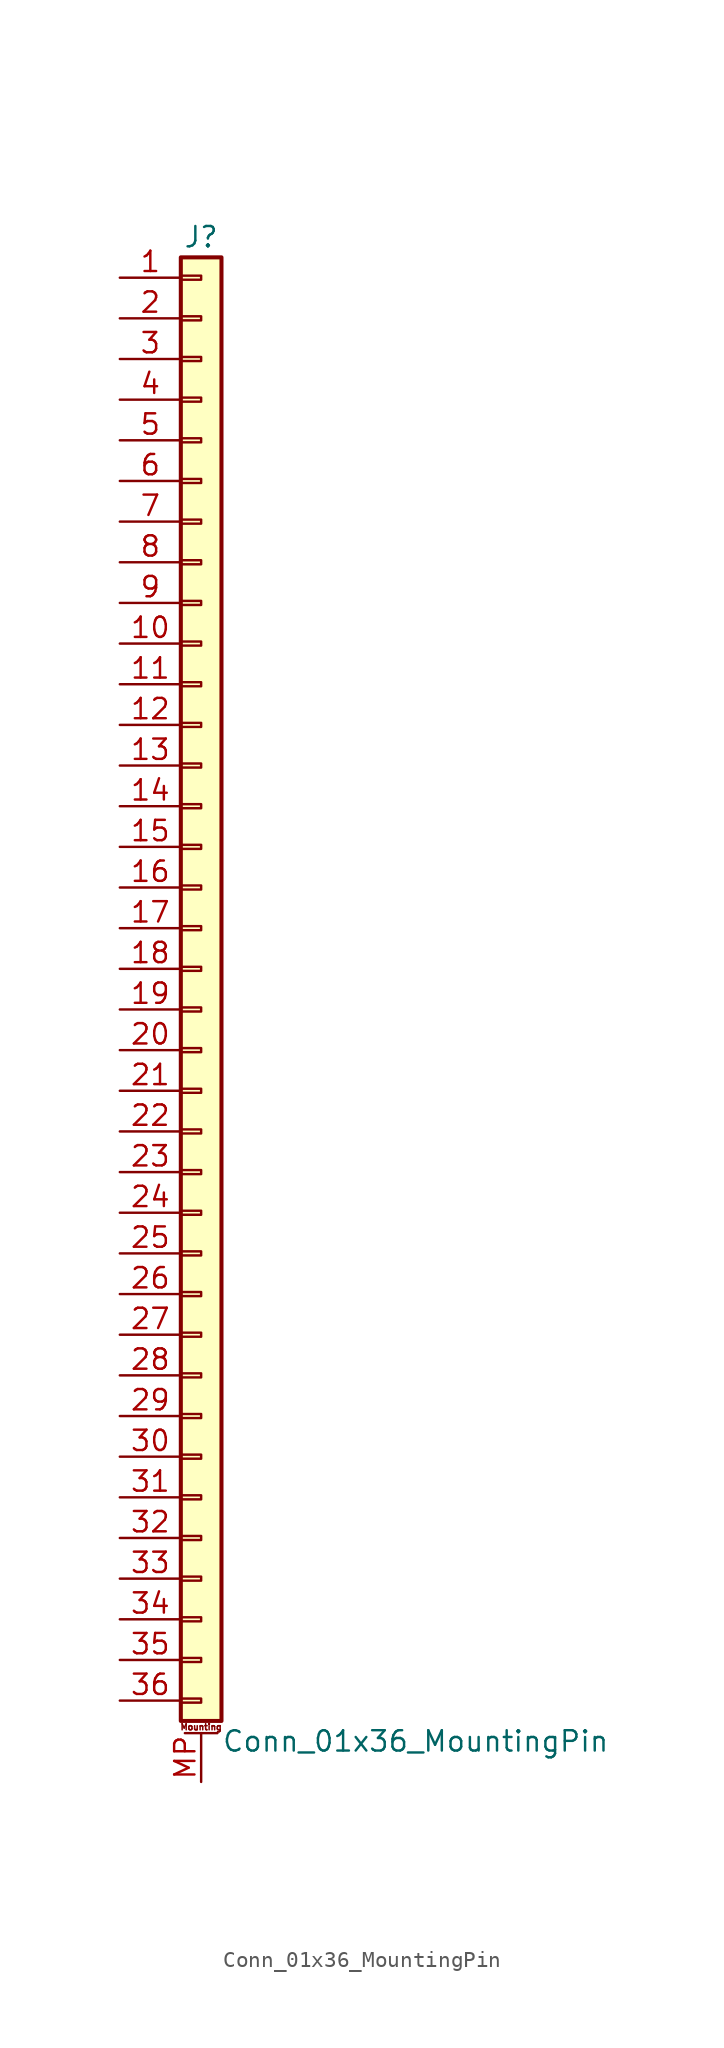
<source format=kicad_sym>
(kicad_symbol_lib
  (version 20220914)
  (generator kicad_symbol_editor)
  (symbol "Conn_01x36_MountingPin"
    (pin_names
      (offset 1.016) hide)
    (property "Reference" "J"
      (at 0 45.72 0)
      (effects (font (size 1.27 1.27))))
    (property "Value" "Conn_01x36_MountingPin"
      (at 1.27 -48.26 0)
      (effects (font (size 1.27 1.27)) (justify left)))
    (symbol "Conn_01x36_MountingPin_1_1"
      (rectangle (start -1.27 -45.593) (end 0 -45.847) (stroke (width 0.152) (type default)) (fill (type none)))
      (rectangle (start -1.27 -43.053) (end 0 -43.307) (stroke (width 0.152) (type default)) (fill (type none)))
      (rectangle (start -1.27 -40.513) (end 0 -40.767) (stroke (width 0.152) (type default)) (fill (type none)))
      (rectangle (start -1.27 -37.973) (end 0 -38.227) (stroke (width 0.152) (type default)) (fill (type none)))
      (rectangle (start -1.27 -35.433) (end 0 -35.687) (stroke (width 0.152) (type default)) (fill (type none)))
      (rectangle (start -1.27 -32.893) (end 0 -33.147) (stroke (width 0.152) (type default)) (fill (type none)))
      (rectangle (start -1.27 -30.353) (end 0 -30.607) (stroke (width 0.152) (type default)) (fill (type none)))
      (rectangle (start -1.27 -27.813) (end 0 -28.067) (stroke (width 0.152) (type default)) (fill (type none)))
      (rectangle (start -1.27 -25.273) (end 0 -25.527) (stroke (width 0.152) (type default)) (fill (type none)))
      (rectangle (start -1.27 -22.733) (end 0 -22.987) (stroke (width 0.152) (type default)) (fill (type none)))
      (rectangle (start -1.27 -20.193) (end 0 -20.447) (stroke (width 0.152) (type default)) (fill (type none)))
      (rectangle (start -1.27 -17.653) (end 0 -17.907) (stroke (width 0.152) (type default)) (fill (type none)))
      (rectangle (start -1.27 -15.113) (end 0 -15.367) (stroke (width 0.152) (type default)) (fill (type none)))
      (rectangle (start -1.27 -12.573) (end 0 -12.827) (stroke (width 0.152) (type default)) (fill (type none)))
      (rectangle (start -1.27 -10.033) (end 0 -10.287) (stroke (width 0.152) (type default)) (fill (type none)))
      (rectangle (start -1.27 -7.493) (end 0 -7.747) (stroke (width 0.152) (type default)) (fill (type none)))
      (rectangle (start -1.27 -4.953) (end 0 -5.207) (stroke (width 0.152) (type default)) (fill (type none)))
      (rectangle (start -1.27 -2.413) (end 0 -2.667) (stroke (width 0.152) (type default)) (fill (type none)))
      (rectangle (start -1.27 0.127) (end 0 -0.127) (stroke (width 0.152) (type default)) (fill (type none)))
      (rectangle (start -1.27 2.667) (end 0 2.413) (stroke (width 0.152) (type default)) (fill (type none)))
      (rectangle (start -1.27 5.207) (end 0 4.953) (stroke (width 0.152) (type default)) (fill (type none)))
      (rectangle (start -1.27 7.747) (end 0 7.493) (stroke (width 0.152) (type default)) (fill (type none)))
      (rectangle (start -1.27 10.287) (end 0 10.033) (stroke (width 0.152) (type default)) (fill (type none)))
      (rectangle (start -1.27 12.827) (end 0 12.573) (stroke (width 0.152) (type default)) (fill (type none)))
      (rectangle (start -1.27 15.367) (end 0 15.113) (stroke (width 0.152) (type default)) (fill (type none)))
      (rectangle (start -1.27 17.907) (end 0 17.653) (stroke (width 0.152) (type default)) (fill (type none)))
      (rectangle (start -1.27 20.447) (end 0 20.193) (stroke (width 0.152) (type default)) (fill (type none)))
      (rectangle (start -1.27 22.987) (end 0 22.733) (stroke (width 0.152) (type default)) (fill (type none)))
      (rectangle (start -1.27 25.527) (end 0 25.273) (stroke (width 0.152) (type default)) (fill (type none)))
      (rectangle (start -1.27 28.067) (end 0 27.813) (stroke (width 0.152) (type default)) (fill (type none)))
      (rectangle (start -1.27 30.607) (end 0 30.353) (stroke (width 0.152) (type default)) (fill (type none)))
      (rectangle (start -1.27 33.147) (end 0 32.893) (stroke (width 0.152) (type default)) (fill (type none)))
      (rectangle (start -1.27 35.687) (end 0 35.433) (stroke (width 0.152) (type default)) (fill (type none)))
      (rectangle (start -1.27 38.227) (end 0 37.973) (stroke (width 0.152) (type default)) (fill (type none)))
      (rectangle (start -1.27 40.767) (end 0 40.513) (stroke (width 0.152) (type default)) (fill (type none)))
      (rectangle (start -1.27 43.307) (end 0 43.053) (stroke (width 0.152) (type default)) (fill (type none)))
      (rectangle (start -1.27 44.45) (end 1.27 -46.99) (stroke (width 0.254) (type default)) (fill (type background)))
      (polyline (pts (xy -1.016 -47.752) (xy 1.016 -47.752)) (stroke (width 0.152) (type default)) (fill (type none)))
      (text "Mounting" (at 0 -47.371 0) (effects (font (size 0.381 0.381))))
      (pin passive line (at -5.08 43.18 0) (length 3.81) (name "Pin_1" (effects (font (size 1.27 1.27)))) (number "1" (effects (font (size 1.27 1.27)))))
      (pin passive line (at -5.08 20.32 0) (length 3.81) (name "Pin_10" (effects (font (size 1.27 1.27)))) (number "10" (effects (font (size 1.27 1.27)))))
      (pin passive line (at -5.08 17.78 0) (length 3.81) (name "Pin_11" (effects (font (size 1.27 1.27)))) (number "11" (effects (font (size 1.27 1.27)))))
      (pin passive line (at -5.08 15.24 0) (length 3.81) (name "Pin_12" (effects (font (size 1.27 1.27)))) (number "12" (effects (font (size 1.27 1.27)))))
      (pin passive line (at -5.08 12.7 0) (length 3.81) (name "Pin_13" (effects (font (size 1.27 1.27)))) (number "13" (effects (font (size 1.27 1.27)))))
      (pin passive line (at -5.08 10.16 0) (length 3.81) (name "Pin_14" (effects (font (size 1.27 1.27)))) (number "14" (effects (font (size 1.27 1.27)))))
      (pin passive line (at -5.08 7.62 0) (length 3.81) (name "Pin_15" (effects (font (size 1.27 1.27)))) (number "15" (effects (font (size 1.27 1.27)))))
      (pin passive line (at -5.08 5.08 0) (length 3.81) (name "Pin_16" (effects (font (size 1.27 1.27)))) (number "16" (effects (font (size 1.27 1.27)))))
      (pin passive line (at -5.08 2.54 0) (length 3.81) (name "Pin_17" (effects (font (size 1.27 1.27)))) (number "17" (effects (font (size 1.27 1.27)))))
      (pin passive line (at -5.08 0 0) (length 3.81) (name "Pin_18" (effects (font (size 1.27 1.27)))) (number "18" (effects (font (size 1.27 1.27)))))
      (pin passive line (at -5.08 -2.54 0) (length 3.81) (name "Pin_19" (effects (font (size 1.27 1.27)))) (number "19" (effects (font (size 1.27 1.27)))))
      (pin passive line (at -5.08 40.64 0) (length 3.81) (name "Pin_2" (effects (font (size 1.27 1.27)))) (number "2" (effects (font (size 1.27 1.27)))))
      (pin passive line (at -5.08 -5.08 0) (length 3.81) (name "Pin_20" (effects (font (size 1.27 1.27)))) (number "20" (effects (font (size 1.27 1.27)))))
      (pin passive line (at -5.08 -7.62 0) (length 3.81) (name "Pin_21" (effects (font (size 1.27 1.27)))) (number "21" (effects (font (size 1.27 1.27)))))
      (pin passive line (at -5.08 -10.16 0) (length 3.81) (name "Pin_22" (effects (font (size 1.27 1.27)))) (number "22" (effects (font (size 1.27 1.27)))))
      (pin passive line (at -5.08 -12.7 0) (length 3.81) (name "Pin_23" (effects (font (size 1.27 1.27)))) (number "23" (effects (font (size 1.27 1.27)))))
      (pin passive line (at -5.08 -15.24 0) (length 3.81) (name "Pin_24" (effects (font (size 1.27 1.27)))) (number "24" (effects (font (size 1.27 1.27)))))
      (pin passive line (at -5.08 -17.78 0) (length 3.81) (name "Pin_25" (effects (font (size 1.27 1.27)))) (number "25" (effects (font (size 1.27 1.27)))))
      (pin passive line (at -5.08 -20.32 0) (length 3.81) (name "Pin_26" (effects (font (size 1.27 1.27)))) (number "26" (effects (font (size 1.27 1.27)))))
      (pin passive line (at -5.08 -22.86 0) (length 3.81) (name "Pin_27" (effects (font (size 1.27 1.27)))) (number "27" (effects (font (size 1.27 1.27)))))
      (pin passive line (at -5.08 -25.4 0) (length 3.81) (name "Pin_28" (effects (font (size 1.27 1.27)))) (number "28" (effects (font (size 1.27 1.27)))))
      (pin passive line (at -5.08 -27.94 0) (length 3.81) (name "Pin_29" (effects (font (size 1.27 1.27)))) (number "29" (effects (font (size 1.27 1.27)))))
      (pin passive line (at -5.08 38.1 0) (length 3.81) (name "Pin_3" (effects (font (size 1.27 1.27)))) (number "3" (effects (font (size 1.27 1.27)))))
      (pin passive line (at -5.08 -30.48 0) (length 3.81) (name "Pin_30" (effects (font (size 1.27 1.27)))) (number "30" (effects (font (size 1.27 1.27)))))
      (pin passive line (at -5.08 -33.02 0) (length 3.81) (name "Pin_31" (effects (font (size 1.27 1.27)))) (number "31" (effects (font (size 1.27 1.27)))))
      (pin passive line (at -5.08 -35.56 0) (length 3.81) (name "Pin_32" (effects (font (size 1.27 1.27)))) (number "32" (effects (font (size 1.27 1.27)))))
      (pin passive line (at -5.08 -38.1 0) (length 3.81) (name "Pin_33" (effects (font (size 1.27 1.27)))) (number "33" (effects (font (size 1.27 1.27)))))
      (pin passive line (at -5.08 -40.64 0) (length 3.81) (name "Pin_34" (effects (font (size 1.27 1.27)))) (number "34" (effects (font (size 1.27 1.27)))))
      (pin passive line (at -5.08 -43.18 0) (length 3.81) (name "Pin_35" (effects (font (size 1.27 1.27)))) (number "35" (effects (font (size 1.27 1.27)))))
      (pin passive line (at -5.08 -45.72 0) (length 3.81) (name "Pin_36" (effects (font (size 1.27 1.27)))) (number "36" (effects (font (size 1.27 1.27)))))
      (pin passive line (at -5.08 35.56 0) (length 3.81) (name "Pin_4" (effects (font (size 1.27 1.27)))) (number "4" (effects (font (size 1.27 1.27)))))
      (pin passive line (at -5.08 33.02 0) (length 3.81) (name "Pin_5" (effects (font (size 1.27 1.27)))) (number "5" (effects (font (size 1.27 1.27)))))
      (pin passive line (at -5.08 30.48 0) (length 3.81) (name "Pin_6" (effects (font (size 1.27 1.27)))) (number "6" (effects (font (size 1.27 1.27)))))
      (pin passive line (at -5.08 27.94 0) (length 3.81) (name "Pin_7" (effects (font (size 1.27 1.27)))) (number "7" (effects (font (size 1.27 1.27)))))
      (pin passive line (at -5.08 25.4 0) (length 3.81) (name "Pin_8" (effects (font (size 1.27 1.27)))) (number "8" (effects (font (size 1.27 1.27)))))
      (pin passive line (at -5.08 22.86 0) (length 3.81) (name "Pin_9" (effects (font (size 1.27 1.27)))) (number "9" (effects (font (size 1.27 1.27)))))
      (pin passive line (at 0 -50.8 90) (length 3.048) (name "MountPin" (effects (font (size 1.27 1.27)))) (number "MP" (effects (font (size 1.27 1.27))))))))
</source>
